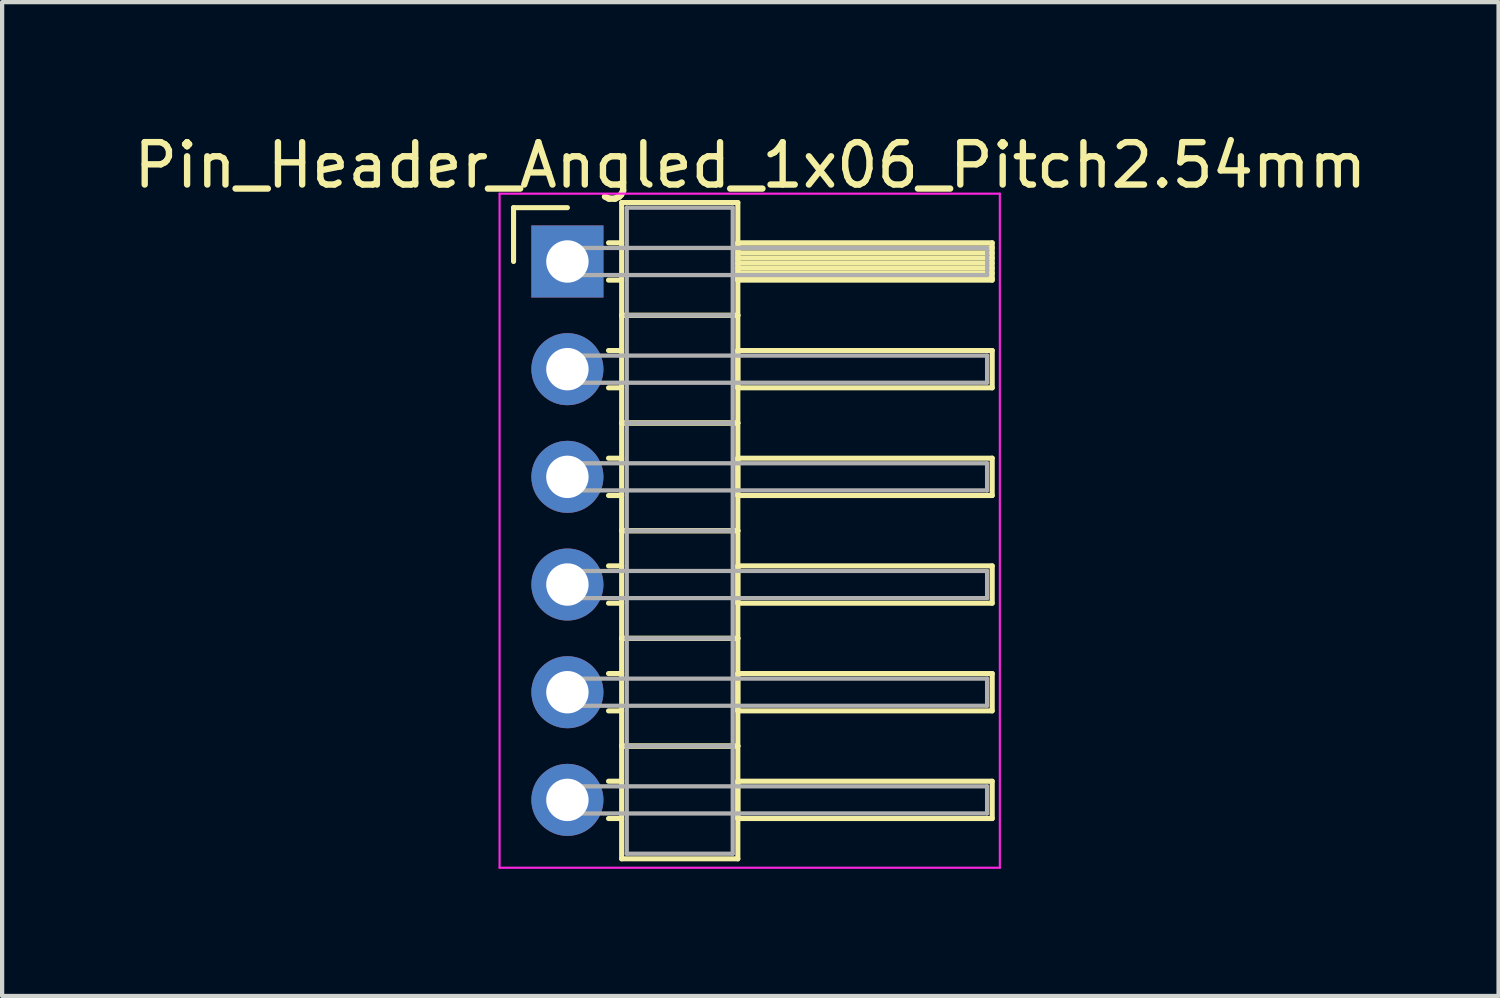
<source format=kicad_pcb>
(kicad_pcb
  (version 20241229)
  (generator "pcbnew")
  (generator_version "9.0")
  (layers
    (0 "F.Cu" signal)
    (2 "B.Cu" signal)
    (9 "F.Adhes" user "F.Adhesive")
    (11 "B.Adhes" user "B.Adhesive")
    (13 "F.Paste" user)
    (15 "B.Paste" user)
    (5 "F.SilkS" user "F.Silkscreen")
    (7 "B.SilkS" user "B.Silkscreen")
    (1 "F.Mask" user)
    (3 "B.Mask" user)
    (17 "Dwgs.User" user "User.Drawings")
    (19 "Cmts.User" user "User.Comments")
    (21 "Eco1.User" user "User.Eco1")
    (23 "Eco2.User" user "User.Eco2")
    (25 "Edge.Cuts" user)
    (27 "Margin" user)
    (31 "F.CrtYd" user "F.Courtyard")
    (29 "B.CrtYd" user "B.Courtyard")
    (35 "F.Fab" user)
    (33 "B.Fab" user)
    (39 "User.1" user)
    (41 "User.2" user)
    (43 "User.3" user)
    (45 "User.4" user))
  (footprint "Pin_Header_Angled_1x06_Pitch2.54mm"
    (layer "F.Cu")
    (at 10.334 3.118)
    (property "Reference" "Pin_Header_Angled_1x06_Pitch2.54mm" (at 4.315 -2.27 0) (layer "F.SilkS") (effects (font (size 1 1) (thickness 0.15))))
    (attr through_hole)
    (fp_line (start -1.27 -1.27) (end 0 -1.27) (stroke (width 0.12) (type solid)) (layer "F.SilkS"))
    (fp_line (start -1.27 0) (end -1.27 -1.27) (stroke (width 0.12) (type solid)) (layer "F.SilkS"))
    (fp_line (start 0.97 -0.44) (end 1.28 -0.44) (stroke (width 0.12) (type solid)) (layer "F.SilkS"))
    (fp_line (start 0.97 0.44) (end 1.28 0.44) (stroke (width 0.12) (type solid)) (layer "F.SilkS"))
    (fp_line (start 0.97 2.1) (end 1.28 2.1) (stroke (width 0.12) (type solid)) (layer "F.SilkS"))
    (fp_line (start 0.97 2.98) (end 1.28 2.98) (stroke (width 0.12) (type solid)) (layer "F.SilkS"))
    (fp_line (start 0.97 4.64) (end 1.28 4.64) (stroke (width 0.12) (type solid)) (layer "F.SilkS"))
    (fp_line (start 0.97 5.52) (end 1.28 5.52) (stroke (width 0.12) (type solid)) (layer "F.SilkS"))
    (fp_line (start 0.97 7.18) (end 1.28 7.18) (stroke (width 0.12) (type solid)) (layer "F.SilkS"))
    (fp_line (start 0.97 8.06) (end 1.28 8.06) (stroke (width 0.12) (type solid)) (layer "F.SilkS"))
    (fp_line (start 0.97 9.72) (end 1.28 9.72) (stroke (width 0.12) (type solid)) (layer "F.SilkS"))
    (fp_line (start 0.97 10.6) (end 1.28 10.6) (stroke (width 0.12) (type solid)) (layer "F.SilkS"))
    (fp_line (start 0.97 12.26) (end 1.28 12.26) (stroke (width 0.12) (type solid)) (layer "F.SilkS"))
    (fp_line (start 0.97 13.14) (end 1.28 13.14) (stroke (width 0.12) (type solid)) (layer "F.SilkS"))
    (fp_line (start 1.28 -1.39) (end 1.28 1.27) (stroke (width 0.12) (type solid)) (layer "F.SilkS"))
    (fp_line (start 1.28 1.27) (end 1.28 3.81) (stroke (width 0.12) (type solid)) (layer "F.SilkS"))
    (fp_line (start 1.28 1.27) (end 4.02 1.27) (stroke (width 0.12) (type solid)) (layer "F.SilkS"))
    (fp_line (start 1.28 3.81) (end 1.28 6.35) (stroke (width 0.12) (type solid)) (layer "F.SilkS"))
    (fp_line (start 1.28 3.81) (end 4.02 3.81) (stroke (width 0.12) (type solid)) (layer "F.SilkS"))
    (fp_line (start 1.28 6.35) (end 1.28 8.89) (stroke (width 0.12) (type solid)) (layer "F.SilkS"))
    (fp_line (start 1.28 6.35) (end 4.02 6.35) (stroke (width 0.12) (type solid)) (layer "F.SilkS"))
    (fp_line (start 1.28 8.89) (end 1.28 11.43) (stroke (width 0.12) (type solid)) (layer "F.SilkS"))
    (fp_line (start 1.28 8.89) (end 4.02 8.89) (stroke (width 0.12) (type solid)) (layer "F.SilkS"))
    (fp_line (start 1.28 11.43) (end 1.28 14.09) (stroke (width 0.12) (type solid)) (layer "F.SilkS"))
    (fp_line (start 1.28 11.43) (end 4.02 11.43) (stroke (width 0.12) (type solid)) (layer "F.SilkS"))
    (fp_line (start 1.28 14.09) (end 4.02 14.09) (stroke (width 0.12) (type solid)) (layer "F.SilkS"))
    (fp_line (start 4.02 -1.39) (end 1.28 -1.39) (stroke (width 0.12) (type solid)) (layer "F.SilkS"))
    (fp_line (start 4.02 -0.44) (end 4.02 0.44) (stroke (width 0.12) (type solid)) (layer "F.SilkS"))
    (fp_line (start 4.02 -0.32) (end 10.02 -0.32) (stroke (width 0.12) (type solid)) (layer "F.SilkS"))
    (fp_line (start 4.02 -0.2) (end 10.02 -0.2) (stroke (width 0.12) (type solid)) (layer "F.SilkS"))
    (fp_line (start 4.02 -0.08) (end 10.02 -0.08) (stroke (width 0.12) (type solid)) (layer "F.SilkS"))
    (fp_line (start 4.02 0.04) (end 10.02 0.04) (stroke (width 0.12) (type solid)) (layer "F.SilkS"))
    (fp_line (start 4.02 0.16) (end 10.02 0.16) (stroke (width 0.12) (type solid)) (layer "F.SilkS"))
    (fp_line (start 4.02 0.28) (end 10.02 0.28) (stroke (width 0.12) (type solid)) (layer "F.SilkS"))
    (fp_line (start 4.02 0.4) (end 10.02 0.4) (stroke (width 0.12) (type solid)) (layer "F.SilkS"))
    (fp_line (start 4.02 0.44) (end 10.02 0.44) (stroke (width 0.12) (type solid)) (layer "F.SilkS"))
    (fp_line (start 4.02 1.27) (end 1.28 1.27) (stroke (width 0.12) (type solid)) (layer "F.SilkS"))
    (fp_line (start 4.02 1.27) (end 4.02 -1.39) (stroke (width 0.12) (type solid)) (layer "F.SilkS"))
    (fp_line (start 4.02 2.1) (end 4.02 2.98) (stroke (width 0.12) (type solid)) (layer "F.SilkS"))
    (fp_line (start 4.02 2.98) (end 10.02 2.98) (stroke (width 0.12) (type solid)) (layer "F.SilkS"))
    (fp_line (start 4.02 3.81) (end 1.28 3.81) (stroke (width 0.12) (type solid)) (layer "F.SilkS"))
    (fp_line (start 4.02 3.81) (end 4.02 1.27) (stroke (width 0.12) (type solid)) (layer "F.SilkS"))
    (fp_line (start 4.02 4.64) (end 4.02 5.52) (stroke (width 0.12) (type solid)) (layer "F.SilkS"))
    (fp_line (start 4.02 5.52) (end 10.02 5.52) (stroke (width 0.12) (type solid)) (layer "F.SilkS"))
    (fp_line (start 4.02 6.35) (end 1.28 6.35) (stroke (width 0.12) (type solid)) (layer "F.SilkS"))
    (fp_line (start 4.02 6.35) (end 4.02 3.81) (stroke (width 0.12) (type solid)) (layer "F.SilkS"))
    (fp_line (start 4.02 7.18) (end 4.02 8.06) (stroke (width 0.12) (type solid)) (layer "F.SilkS"))
    (fp_line (start 4.02 8.06) (end 10.02 8.06) (stroke (width 0.12) (type solid)) (layer "F.SilkS"))
    (fp_line (start 4.02 8.89) (end 1.28 8.89) (stroke (width 0.12) (type solid)) (layer "F.SilkS"))
    (fp_line (start 4.02 8.89) (end 4.02 6.35) (stroke (width 0.12) (type solid)) (layer "F.SilkS"))
    (fp_line (start 4.02 9.72) (end 4.02 10.6) (stroke (width 0.12) (type solid)) (layer "F.SilkS"))
    (fp_line (start 4.02 10.6) (end 10.02 10.6) (stroke (width 0.12) (type solid)) (layer "F.SilkS"))
    (fp_line (start 4.02 11.43) (end 1.28 11.43) (stroke (width 0.12) (type solid)) (layer "F.SilkS"))
    (fp_line (start 4.02 11.43) (end 4.02 8.89) (stroke (width 0.12) (type solid)) (layer "F.SilkS"))
    (fp_line (start 4.02 12.26) (end 4.02 13.14) (stroke (width 0.12) (type solid)) (layer "F.SilkS"))
    (fp_line (start 4.02 13.14) (end 10.02 13.14) (stroke (width 0.12) (type solid)) (layer "F.SilkS"))
    (fp_line (start 4.02 14.09) (end 4.02 11.43) (stroke (width 0.12) (type solid)) (layer "F.SilkS"))
    (fp_line (start 10.02 -0.44) (end 4.02 -0.44) (stroke (width 0.12) (type solid)) (layer "F.SilkS"))
    (fp_line (start 10.02 0.44) (end 10.02 -0.44) (stroke (width 0.12) (type solid)) (layer "F.SilkS"))
    (fp_line (start 10.02 2.1) (end 4.02 2.1) (stroke (width 0.12) (type solid)) (layer "F.SilkS"))
    (fp_line (start 10.02 2.98) (end 10.02 2.1) (stroke (width 0.12) (type solid)) (layer "F.SilkS"))
    (fp_line (start 10.02 4.64) (end 4.02 4.64) (stroke (width 0.12) (type solid)) (layer "F.SilkS"))
    (fp_line (start 10.02 5.52) (end 10.02 4.64) (stroke (width 0.12) (type solid)) (layer "F.SilkS"))
    (fp_line (start 10.02 7.18) (end 4.02 7.18) (stroke (width 0.12) (type solid)) (layer "F.SilkS"))
    (fp_line (start 10.02 8.06) (end 10.02 7.18) (stroke (width 0.12) (type solid)) (layer "F.SilkS"))
    (fp_line (start 10.02 9.72) (end 4.02 9.72) (stroke (width 0.12) (type solid)) (layer "F.SilkS"))
    (fp_line (start 10.02 10.6) (end 10.02 9.72) (stroke (width 0.12) (type solid)) (layer "F.SilkS"))
    (fp_line (start 10.02 12.26) (end 4.02 12.26) (stroke (width 0.12) (type solid)) (layer "F.SilkS"))
    (fp_line (start 10.02 13.14) (end 10.02 12.26) (stroke (width 0.12) (type solid)) (layer "F.SilkS"))
    (fp_line (start -1.6 -1.6) (end -1.6 14.3) (stroke (width 0.05) (type solid)) (layer "F.CrtYd"))
    (fp_line (start -1.6 14.3) (end 10.2 14.3) (stroke (width 0.05) (type solid)) (layer "F.CrtYd"))
    (fp_line (start 10.2 -1.6) (end -1.6 -1.6) (stroke (width 0.05) (type solid)) (layer "F.CrtYd"))
    (fp_line (start 10.2 14.3) (end 10.2 -1.6) (stroke (width 0.05) (type solid)) (layer "F.CrtYd"))
    (fp_line (start 0 -0.32) (end 0 0.32) (stroke (width 0.1) (type solid)) (layer "F.Fab"))
    (fp_line (start 0 0.32) (end 9.9 0.32) (stroke (width 0.1) (type solid)) (layer "F.Fab"))
    (fp_line (start 0 2.22) (end 0 2.86) (stroke (width 0.1) (type solid)) (layer "F.Fab"))
    (fp_line (start 0 2.86) (end 9.9 2.86) (stroke (width 0.1) (type solid)) (layer "F.Fab"))
    (fp_line (start 0 4.76) (end 0 5.4) (stroke (width 0.1) (type solid)) (layer "F.Fab"))
    (fp_line (start 0 5.4) (end 9.9 5.4) (stroke (width 0.1) (type solid)) (layer "F.Fab"))
    (fp_line (start 0 7.3) (end 0 7.94) (stroke (width 0.1) (type solid)) (layer "F.Fab"))
    (fp_line (start 0 7.94) (end 9.9 7.94) (stroke (width 0.1) (type solid)) (layer "F.Fab"))
    (fp_line (start 0 9.84) (end 0 10.48) (stroke (width 0.1) (type solid)) (layer "F.Fab"))
    (fp_line (start 0 10.48) (end 9.9 10.48) (stroke (width 0.1) (type solid)) (layer "F.Fab"))
    (fp_line (start 0 12.38) (end 0 13.02) (stroke (width 0.1) (type solid)) (layer "F.Fab"))
    (fp_line (start 0 13.02) (end 9.9 13.02) (stroke (width 0.1) (type solid)) (layer "F.Fab"))
    (fp_line (start 1.4 -1.27) (end 1.4 1.27) (stroke (width 0.1) (type solid)) (layer "F.Fab"))
    (fp_line (start 1.4 1.27) (end 1.4 3.81) (stroke (width 0.1) (type solid)) (layer "F.Fab"))
    (fp_line (start 1.4 1.27) (end 3.9 1.27) (stroke (width 0.1) (type solid)) (layer "F.Fab"))
    (fp_line (start 1.4 3.81) (end 1.4 6.35) (stroke (width 0.1) (type solid)) (layer "F.Fab"))
    (fp_line (start 1.4 3.81) (end 3.9 3.81) (stroke (width 0.1) (type solid)) (layer "F.Fab"))
    (fp_line (start 1.4 6.35) (end 1.4 8.89) (stroke (width 0.1) (type solid)) (layer "F.Fab"))
    (fp_line (start 1.4 6.35) (end 3.9 6.35) (stroke (width 0.1) (type solid)) (layer "F.Fab"))
    (fp_line (start 1.4 8.89) (end 1.4 11.43) (stroke (width 0.1) (type solid)) (layer "F.Fab"))
    (fp_line (start 1.4 8.89) (end 3.9 8.89) (stroke (width 0.1) (type solid)) (layer "F.Fab"))
    (fp_line (start 1.4 11.43) (end 1.4 13.97) (stroke (width 0.1) (type solid)) (layer "F.Fab"))
    (fp_line (start 1.4 11.43) (end 3.9 11.43) (stroke (width 0.1) (type solid)) (layer "F.Fab"))
    (fp_line (start 1.4 13.97) (end 3.9 13.97) (stroke (width 0.1) (type solid)) (layer "F.Fab"))
    (fp_line (start 3.9 -1.27) (end 1.4 -1.27) (stroke (width 0.1) (type solid)) (layer "F.Fab"))
    (fp_line (start 3.9 1.27) (end 1.4 1.27) (stroke (width 0.1) (type solid)) (layer "F.Fab"))
    (fp_line (start 3.9 1.27) (end 3.9 -1.27) (stroke (width 0.1) (type solid)) (layer "F.Fab"))
    (fp_line (start 3.9 3.81) (end 1.4 3.81) (stroke (width 0.1) (type solid)) (layer "F.Fab"))
    (fp_line (start 3.9 3.81) (end 3.9 1.27) (stroke (width 0.1) (type solid)) (layer "F.Fab"))
    (fp_line (start 3.9 6.35) (end 1.4 6.35) (stroke (width 0.1) (type solid)) (layer "F.Fab"))
    (fp_line (start 3.9 6.35) (end 3.9 3.81) (stroke (width 0.1) (type solid)) (layer "F.Fab"))
    (fp_line (start 3.9 8.89) (end 1.4 8.89) (stroke (width 0.1) (type solid)) (layer "F.Fab"))
    (fp_line (start 3.9 8.89) (end 3.9 6.35) (stroke (width 0.1) (type solid)) (layer "F.Fab"))
    (fp_line (start 3.9 11.43) (end 1.4 11.43) (stroke (width 0.1) (type solid)) (layer "F.Fab"))
    (fp_line (start 3.9 11.43) (end 3.9 8.89) (stroke (width 0.1) (type solid)) (layer "F.Fab"))
    (fp_line (start 3.9 13.97) (end 3.9 11.43) (stroke (width 0.1) (type solid)) (layer "F.Fab"))
    (fp_line (start 9.9 -0.32) (end 0 -0.32) (stroke (width 0.1) (type solid)) (layer "F.Fab"))
    (fp_line (start 9.9 0.32) (end 9.9 -0.32) (stroke (width 0.1) (type solid)) (layer "F.Fab"))
    (fp_line (start 9.9 2.22) (end 0 2.22) (stroke (width 0.1) (type solid)) (layer "F.Fab"))
    (fp_line (start 9.9 2.86) (end 9.9 2.22) (stroke (width 0.1) (type solid)) (layer "F.Fab"))
    (fp_line (start 9.9 4.76) (end 0 4.76) (stroke (width 0.1) (type solid)) (layer "F.Fab"))
    (fp_line (start 9.9 5.4) (end 9.9 4.76) (stroke (width 0.1) (type solid)) (layer "F.Fab"))
    (fp_line (start 9.9 7.3) (end 0 7.3) (stroke (width 0.1) (type solid)) (layer "F.Fab"))
    (fp_line (start 9.9 7.94) (end 9.9 7.3) (stroke (width 0.1) (type solid)) (layer "F.Fab"))
    (fp_line (start 9.9 9.84) (end 0 9.84) (stroke (width 0.1) (type solid)) (layer "F.Fab"))
    (fp_line (start 9.9 10.48) (end 9.9 9.84) (stroke (width 0.1) (type solid)) (layer "F.Fab"))
    (fp_line (start 9.9 12.38) (end 0 12.38) (stroke (width 0.1) (type solid)) (layer "F.Fab"))
    (fp_line (start 9.9 13.02) (end 9.9 12.38) (stroke (width 0.1) (type solid)) (layer "F.Fab"))
    (pad "1" thru_hole rect (at 0 0) (size 1.7 1.7) (drill 1) (layers "*.Cu" "*.Mask"))
    (pad "2" thru_hole oval (at 0 2.54) (size 1.7 1.7) (drill 1) (layers "*.Cu" "*.Mask"))
    (pad "3" thru_hole oval (at 0 5.08) (size 1.7 1.7) (drill 1) (layers "*.Cu" "*.Mask"))
    (pad "4" thru_hole oval (at 0 7.62) (size 1.7 1.7) (drill 1) (layers "*.Cu" "*.Mask"))
    (pad "5" thru_hole oval (at 0 10.16) (size 1.7 1.7) (drill 1) (layers "*.Cu" "*.Mask"))
    (pad "6" thru_hole oval (at 0 12.7) (size 1.7 1.7) (drill 1) (layers "*.Cu" "*.Mask")))
  (gr_rect
    (start -3 -3)
    (end 32.298 20.443)
    (stroke (width 0.1) (type default))
    (fill no)
    (layer "Edge.Cuts")))
</source>
